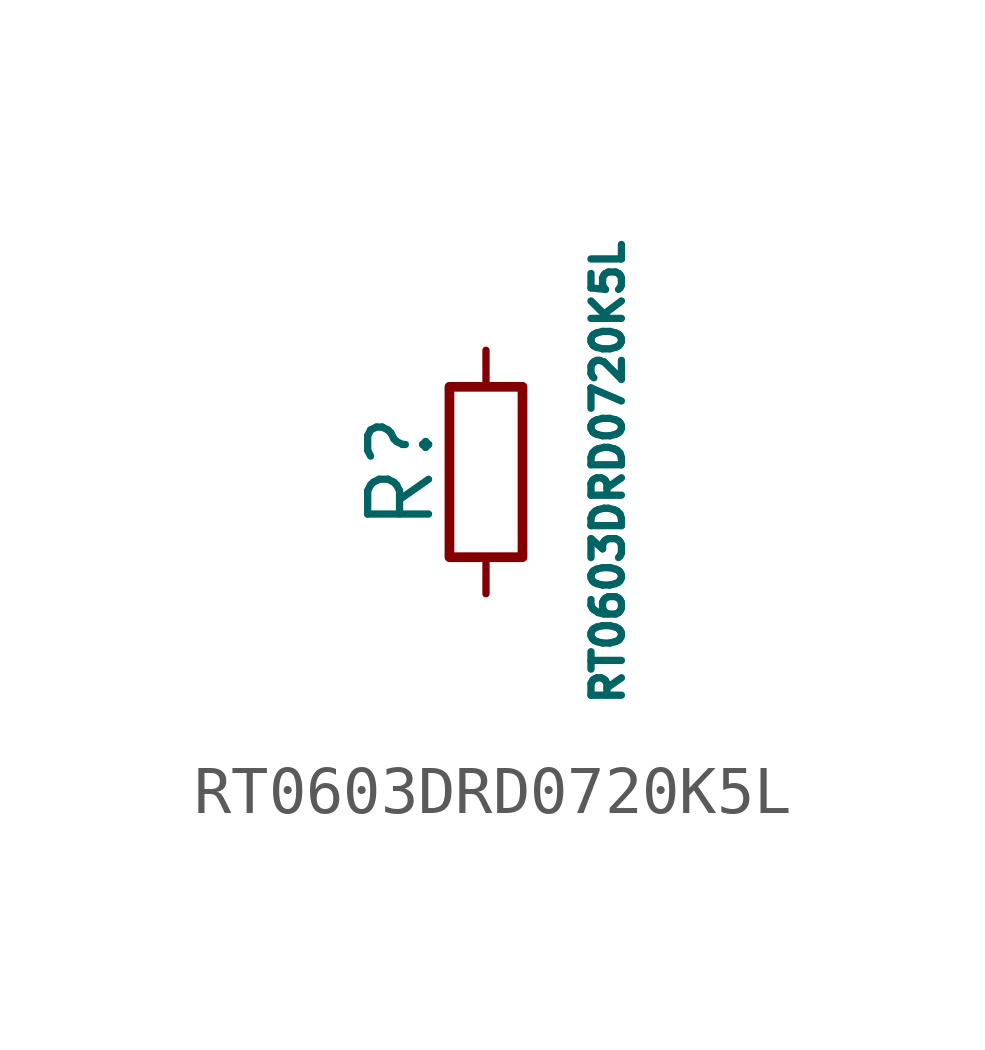
<source format=kicad_sym>
(kicad_symbol_lib
  (version 20220914)
  (generator kicad_symbol_editor)
  (symbol "RT0603DRD0720K5L"
    (pin_numbers hide)
    (pin_names
      (offset 0.254) hide)
    (property "Reference" "R"
      (at -1.778 0 90)
      (effects (font (size 1.27 1.27))))
    (property "Value" "RT0603DRD0720K5L"
      (at 2.54 0 90)
      (effects (font (size 0.635 0.635))))
    (symbol "RT0603DRD0720K5L_0_1"
      (rectangle (start -0.762 1.778) (end 0.762 -1.778) (stroke (width 0.203) (type default)) (fill (type none))))
    (symbol "RT0603DRD0720K5L_1_1"
      (pin passive line (at 0 2.54 270) (length 0.762) (name "~" (effects (font (size 1.27 1.27)))) (number "1" (effects (font (size 1.27 1.27)))))
      (pin passive line (at 0 -2.54 90) (length 0.762) (name "~" (effects (font (size 1.27 1.27)))) (number "2" (effects (font (size 1.27 1.27))))))))
</source>
